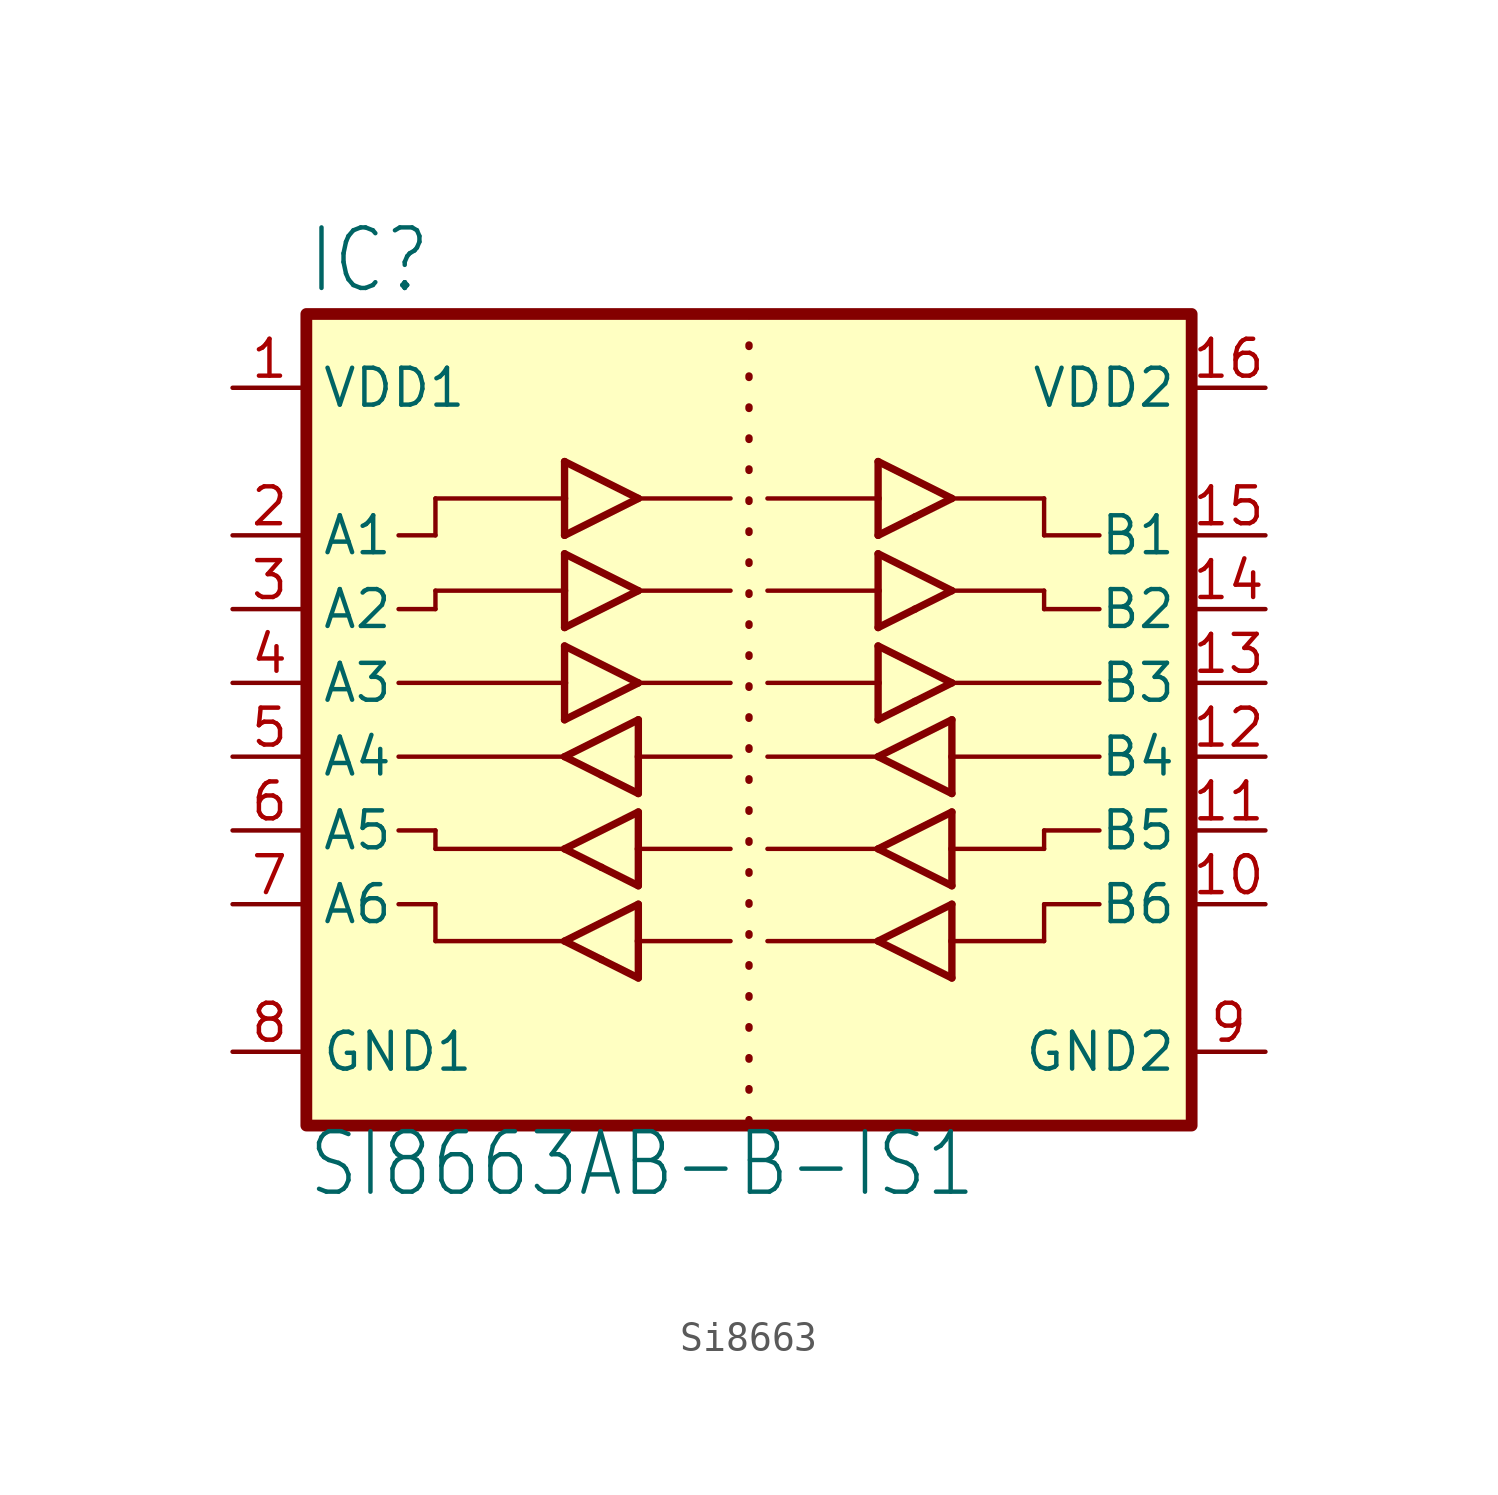
<source format=kicad_sym>
(kicad_symbol_lib
  (version 20241209)
  (generator "kicad_symbol_editor")
  (generator_version "9.0")
  (symbol "Si8663"
    (property "Reference" "IC"
      (at 0 0.635 0)
      (effects (font (size 2.083 1.77)) (justify left bottom)))
    (property "Value" "SI8663AB-B-IS1"
      (at 0 -30.48 0)
      (effects (font (size 2.083 1.77)) (justify left bottom)))
    (symbol "Si8663_1_0"
      (polyline (pts (xy 3.175 -7.62) (xy 4.445 -7.62)) (stroke (width 0.152) (type solid)) (fill (type none)))
      (polyline (pts (xy 3.175 -10.16) (xy 4.445 -10.16)) (stroke (width 0.152) (type solid)) (fill (type none)))
      (polyline (pts (xy 3.175 -15.24) (xy 8.89 -15.24)) (stroke (width 0.152) (type solid)) (fill (type none)))
      (polyline (pts (xy 3.175 -17.78) (xy 4.445 -17.78)) (stroke (width 0.152) (type solid)) (fill (type none)))
      (polyline (pts (xy 3.175 -20.32) (xy 4.445 -20.32)) (stroke (width 0.152) (type solid)) (fill (type none)))
      (polyline (pts (xy 4.445 -6.35) (xy 4.445 -7.62)) (stroke (width 0.152) (type solid)) (fill (type none)))
      (polyline (pts (xy 4.445 -9.525) (xy 4.445 -10.16)) (stroke (width 0.152) (type solid)) (fill (type none)))
      (polyline (pts (xy 4.445 -17.78) (xy 4.445 -18.415)) (stroke (width 0.152) (type solid)) (fill (type none)))
      (polyline (pts (xy 4.445 -20.32) (xy 4.445 -21.59)) (stroke (width 0.152) (type solid)) (fill (type none)))
      (polyline (pts (xy 8.89 -5.08) (xy 11.43 -6.35)) (stroke (width 0.254) (type solid)) (fill (type none)))
      (polyline (pts (xy 8.89 -6.35) (xy 4.445 -6.35)) (stroke (width 0.152) (type solid)) (fill (type none)))
      (polyline (pts (xy 8.89 -6.35) (xy 8.89 -5.08)) (stroke (width 0.254) (type solid)) (fill (type none)))
      (polyline (pts (xy 8.89 -7.62) (xy 8.89 -6.35)) (stroke (width 0.254) (type solid)) (fill (type none)))
      (polyline (pts (xy 8.89 -8.255) (xy 11.43 -9.525)) (stroke (width 0.254) (type solid)) (fill (type none)))
      (polyline (pts (xy 8.89 -9.525) (xy 4.445 -9.525)) (stroke (width 0.152) (type solid)) (fill (type none)))
      (polyline (pts (xy 8.89 -9.525) (xy 8.89 -8.255)) (stroke (width 0.254) (type solid)) (fill (type none)))
      (polyline (pts (xy 8.89 -10.795) (xy 8.89 -9.525)) (stroke (width 0.254) (type solid)) (fill (type none)))
      (polyline (pts (xy 8.89 -11.43) (xy 11.43 -12.7)) (stroke (width 0.254) (type solid)) (fill (type none)))
      (polyline (pts (xy 8.89 -12.7) (xy 3.175 -12.7)) (stroke (width 0.152) (type solid)) (fill (type none)))
      (polyline (pts (xy 8.89 -12.7) (xy 8.89 -11.43)) (stroke (width 0.254) (type solid)) (fill (type none)))
      (polyline (pts (xy 8.89 -13.97) (xy 8.89 -12.7)) (stroke (width 0.254) (type solid)) (fill (type none)))
      (polyline (pts (xy 8.89 -15.24) (xy 11.43 -13.97)) (stroke (width 0.254) (type solid)) (fill (type none)))
      (polyline (pts (xy 8.89 -18.415) (xy 4.445 -18.415)) (stroke (width 0.152) (type solid)) (fill (type none)))
      (polyline (pts (xy 8.89 -18.415) (xy 11.43 -17.145)) (stroke (width 0.254) (type solid)) (fill (type none)))
      (polyline (pts (xy 8.89 -21.59) (xy 4.445 -21.59)) (stroke (width 0.152) (type solid)) (fill (type none)))
      (polyline (pts (xy 8.89 -21.59) (xy 11.43 -20.32)) (stroke (width 0.254) (type solid)) (fill (type none)))
      (polyline (pts (xy 10.16 -15.875) (xy 8.89 -15.24)) (stroke (width 0.254) (type solid)) (fill (type none)))
      (polyline (pts (xy 10.16 -19.05) (xy 8.89 -18.415)) (stroke (width 0.254) (type solid)) (fill (type none)))
      (polyline (pts (xy 10.16 -22.225) (xy 8.89 -21.59)) (stroke (width 0.254) (type solid)) (fill (type none)))
      (polyline (pts (xy 11.43 -6.35) (xy 8.89 -7.62)) (stroke (width 0.254) (type solid)) (fill (type none)))
      (polyline (pts (xy 11.43 -6.35) (xy 14.605 -6.35)) (stroke (width 0.152) (type solid)) (fill (type none)))
      (polyline (pts (xy 11.43 -9.525) (xy 8.89 -10.795)) (stroke (width 0.254) (type solid)) (fill (type none)))
      (polyline (pts (xy 11.43 -9.525) (xy 14.605 -9.525)) (stroke (width 0.152) (type solid)) (fill (type none)))
      (polyline (pts (xy 11.43 -12.7) (xy 8.89 -13.97)) (stroke (width 0.254) (type solid)) (fill (type none)))
      (polyline (pts (xy 11.43 -12.7) (xy 14.605 -12.7)) (stroke (width 0.152) (type solid)) (fill (type none)))
      (polyline (pts (xy 11.43 -13.97) (xy 11.43 -15.24)) (stroke (width 0.254) (type solid)) (fill (type none)))
      (polyline (pts (xy 11.43 -15.24) (xy 11.43 -16.51)) (stroke (width 0.254) (type solid)) (fill (type none)))
      (polyline (pts (xy 11.43 -15.24) (xy 14.605 -15.24)) (stroke (width 0.152) (type solid)) (fill (type none)))
      (polyline (pts (xy 11.43 -16.51) (xy 10.16 -15.875)) (stroke (width 0.254) (type solid)) (fill (type none)))
      (polyline (pts (xy 11.43 -17.145) (xy 11.43 -18.415)) (stroke (width 0.254) (type solid)) (fill (type none)))
      (polyline (pts (xy 11.43 -18.415) (xy 11.43 -19.685)) (stroke (width 0.254) (type solid)) (fill (type none)))
      (polyline (pts (xy 11.43 -18.415) (xy 14.605 -18.415)) (stroke (width 0.152) (type solid)) (fill (type none)))
      (polyline (pts (xy 11.43 -19.685) (xy 10.16 -19.05)) (stroke (width 0.254) (type solid)) (fill (type none)))
      (polyline (pts (xy 11.43 -20.32) (xy 11.43 -21.59)) (stroke (width 0.254) (type solid)) (fill (type none)))
      (polyline (pts (xy 11.43 -21.59) (xy 11.43 -22.86)) (stroke (width 0.254) (type solid)) (fill (type none)))
      (polyline (pts (xy 11.43 -21.59) (xy 14.605 -21.59)) (stroke (width 0.152) (type solid)) (fill (type none)))
      (polyline (pts (xy 11.43 -22.86) (xy 10.16 -22.225)) (stroke (width 0.254) (type solid)) (fill (type none)))
      (polyline (pts (xy 15.24 0) (xy 15.24 -27.94)) (stroke (width 0.254) (type dot)) (fill (type none)))
      (polyline (pts (xy 15.875 -15.24) (xy 19.685 -15.24)) (stroke (width 0.152) (type solid)) (fill (type none)))
      (polyline (pts (xy 15.875 -18.415) (xy 19.685 -18.415)) (stroke (width 0.152) (type solid)) (fill (type none)))
      (polyline (pts (xy 15.875 -21.59) (xy 19.685 -21.59)) (stroke (width 0.152) (type solid)) (fill (type none)))
      (polyline (pts (xy 19.685 -5.08) (xy 22.225 -6.35)) (stroke (width 0.254) (type solid)) (fill (type none)))
      (polyline (pts (xy 19.685 -6.35) (xy 15.875 -6.35)) (stroke (width 0.152) (type solid)) (fill (type none)))
      (polyline (pts (xy 19.685 -6.35) (xy 19.685 -5.08)) (stroke (width 0.254) (type solid)) (fill (type none)))
      (polyline (pts (xy 19.685 -7.62) (xy 19.685 -6.35)) (stroke (width 0.254) (type solid)) (fill (type none)))
      (polyline (pts (xy 19.685 -8.255) (xy 22.225 -9.525)) (stroke (width 0.254) (type solid)) (fill (type none)))
      (polyline (pts (xy 19.685 -9.525) (xy 15.875 -9.525)) (stroke (width 0.152) (type solid)) (fill (type none)))
      (polyline (pts (xy 19.685 -9.525) (xy 19.685 -8.255)) (stroke (width 0.254) (type solid)) (fill (type none)))
      (polyline (pts (xy 19.685 -10.795) (xy 19.685 -9.525)) (stroke (width 0.254) (type solid)) (fill (type none)))
      (polyline (pts (xy 19.685 -11.43) (xy 22.225 -12.7)) (stroke (width 0.254) (type solid)) (fill (type none)))
      (polyline (pts (xy 19.685 -12.7) (xy 15.875 -12.7)) (stroke (width 0.152) (type solid)) (fill (type none)))
      (polyline (pts (xy 19.685 -12.7) (xy 19.685 -11.43)) (stroke (width 0.254) (type solid)) (fill (type none)))
      (polyline (pts (xy 19.685 -13.97) (xy 19.685 -12.7)) (stroke (width 0.254) (type solid)) (fill (type none)))
      (polyline (pts (xy 19.685 -15.24) (xy 22.225 -13.97)) (stroke (width 0.254) (type solid)) (fill (type none)))
      (polyline (pts (xy 19.685 -18.415) (xy 22.225 -17.145)) (stroke (width 0.254) (type solid)) (fill (type none)))
      (polyline (pts (xy 19.685 -21.59) (xy 22.225 -20.32)) (stroke (width 0.254) (type solid)) (fill (type none)))
      (polyline (pts (xy 20.955 -6.985) (xy 19.685 -7.62)) (stroke (width 0.254) (type solid)) (fill (type none)))
      (polyline (pts (xy 20.955 -10.16) (xy 19.685 -10.795)) (stroke (width 0.254) (type solid)) (fill (type none)))
      (polyline (pts (xy 20.955 -13.335) (xy 19.685 -13.97)) (stroke (width 0.254) (type solid)) (fill (type none)))
      (polyline (pts (xy 22.225 -6.35) (xy 20.955 -6.985)) (stroke (width 0.254) (type solid)) (fill (type none)))
      (polyline (pts (xy 22.225 -6.35) (xy 25.4 -6.35)) (stroke (width 0.152) (type solid)) (fill (type none)))
      (polyline (pts (xy 22.225 -9.525) (xy 20.955 -10.16)) (stroke (width 0.254) (type solid)) (fill (type none)))
      (polyline (pts (xy 22.225 -9.525) (xy 25.4 -9.525)) (stroke (width 0.152) (type solid)) (fill (type none)))
      (polyline (pts (xy 22.225 -12.7) (xy 20.955 -13.335)) (stroke (width 0.254) (type solid)) (fill (type none)))
      (polyline (pts (xy 22.225 -12.7) (xy 27.305 -12.7)) (stroke (width 0.152) (type solid)) (fill (type none)))
      (polyline (pts (xy 22.225 -13.97) (xy 22.225 -15.24)) (stroke (width 0.254) (type solid)) (fill (type none)))
      (polyline (pts (xy 22.225 -15.24) (xy 22.225 -16.51)) (stroke (width 0.254) (type solid)) (fill (type none)))
      (polyline (pts (xy 22.225 -15.24) (xy 27.305 -15.24)) (stroke (width 0.152) (type solid)) (fill (type none)))
      (polyline (pts (xy 22.225 -16.51) (xy 19.685 -15.24)) (stroke (width 0.254) (type solid)) (fill (type none)))
      (polyline (pts (xy 22.225 -17.145) (xy 22.225 -18.415)) (stroke (width 0.254) (type solid)) (fill (type none)))
      (polyline (pts (xy 22.225 -18.415) (xy 22.225 -19.685)) (stroke (width 0.254) (type solid)) (fill (type none)))
      (polyline (pts (xy 22.225 -18.415) (xy 25.4 -18.415)) (stroke (width 0.152) (type solid)) (fill (type none)))
      (polyline (pts (xy 22.225 -19.685) (xy 19.685 -18.415)) (stroke (width 0.254) (type solid)) (fill (type none)))
      (polyline (pts (xy 22.225 -20.32) (xy 22.225 -21.59)) (stroke (width 0.254) (type solid)) (fill (type none)))
      (polyline (pts (xy 22.225 -21.59) (xy 22.225 -22.86)) (stroke (width 0.254) (type solid)) (fill (type none)))
      (polyline (pts (xy 22.225 -21.59) (xy 25.4 -21.59)) (stroke (width 0.152) (type solid)) (fill (type none)))
      (polyline (pts (xy 22.225 -22.86) (xy 19.685 -21.59)) (stroke (width 0.254) (type solid)) (fill (type none)))
      (polyline (pts (xy 25.4 -6.35) (xy 25.4 -7.62)) (stroke (width 0.152) (type solid)) (fill (type none)))
      (polyline (pts (xy 25.4 -7.62) (xy 27.305 -7.62)) (stroke (width 0.152) (type solid)) (fill (type none)))
      (polyline (pts (xy 25.4 -9.525) (xy 25.4 -10.16)) (stroke (width 0.152) (type solid)) (fill (type none)))
      (polyline (pts (xy 25.4 -10.16) (xy 27.305 -10.16)) (stroke (width 0.152) (type solid)) (fill (type none)))
      (polyline (pts (xy 25.4 -17.78) (xy 27.305 -17.78)) (stroke (width 0.152) (type solid)) (fill (type none)))
      (polyline (pts (xy 25.4 -18.415) (xy 25.4 -17.78)) (stroke (width 0.152) (type solid)) (fill (type none)))
      (polyline (pts (xy 25.4 -20.32) (xy 25.4 -21.59)) (stroke (width 0.152) (type solid)) (fill (type none)))
      (polyline (pts (xy 25.4 -20.32) (xy 27.305 -20.32)) (stroke (width 0.152) (type solid)) (fill (type none)))
      (pin power_in line (at -2.54 -2.54 0) (length 2.54) (name "VDD1" (effects (font (size 1.27 1.27)))) (number "1" (effects (font (size 1.27 1.27)))))
      (pin input line (at -2.54 -7.62 0) (length 2.54) (name "A1" (effects (font (size 1.27 1.27)))) (number "2" (effects (font (size 1.27 1.27)))))
      (pin input line (at -2.54 -10.16 0) (length 2.54) (name "A2" (effects (font (size 1.27 1.27)))) (number "3" (effects (font (size 1.27 1.27)))))
      (pin input line (at -2.54 -12.7 0) (length 2.54) (name "A3" (effects (font (size 1.27 1.27)))) (number "4" (effects (font (size 1.27 1.27)))))
      (pin output line (at -2.54 -15.24 0) (length 2.54) (name "A4" (effects (font (size 1.27 1.27)))) (number "5" (effects (font (size 1.27 1.27)))))
      (pin output line (at -2.54 -17.78 0) (length 2.54) (name "A5" (effects (font (size 1.27 1.27)))) (number "6" (effects (font (size 1.27 1.27)))))
      (pin output line (at -2.54 -20.32 0) (length 2.54) (name "A6" (effects (font (size 1.27 1.27)))) (number "7" (effects (font (size 1.27 1.27)))))
      (pin passive line (at -2.54 -25.4 0) (length 2.54) (name "GND1" (effects (font (size 1.27 1.27)))) (number "8" (effects (font (size 1.27 1.27)))))
      (pin power_in line (at 33.02 -2.54 180) (length 2.54) (name "VDD2" (effects (font (size 1.27 1.27)))) (number "16" (effects (font (size 1.27 1.27)))))
      (pin output line (at 33.02 -7.62 180) (length 2.54) (name "B1" (effects (font (size 1.27 1.27)))) (number "15" (effects (font (size 1.27 1.27)))))
      (pin output line (at 33.02 -10.16 180) (length 2.54) (name "B2" (effects (font (size 1.27 1.27)))) (number "14" (effects (font (size 1.27 1.27)))))
      (pin output line (at 33.02 -12.7 180) (length 2.54) (name "B3" (effects (font (size 1.27 1.27)))) (number "13" (effects (font (size 1.27 1.27)))))
      (pin input line (at 33.02 -15.24 180) (length 2.54) (name "B4" (effects (font (size 1.27 1.27)))) (number "12" (effects (font (size 1.27 1.27)))))
      (pin input line (at 33.02 -17.78 180) (length 2.54) (name "B5" (effects (font (size 1.27 1.27)))) (number "11" (effects (font (size 1.27 1.27)))))
      (pin input line (at 33.02 -20.32 180) (length 2.54) (name "B6" (effects (font (size 1.27 1.27)))) (number "10" (effects (font (size 1.27 1.27)))))
      (pin passive line (at 33.02 -25.4 180) (length 2.54) (name "GND2" (effects (font (size 1.27 1.27)))) (number "9" (effects (font (size 1.27 1.27))))))
    (symbol "Si8663_1_1"
      (rectangle (start 0 0) (end 30.48 -27.94) (stroke (width 0.406) (type default)) (fill (type background))))))
</source>
